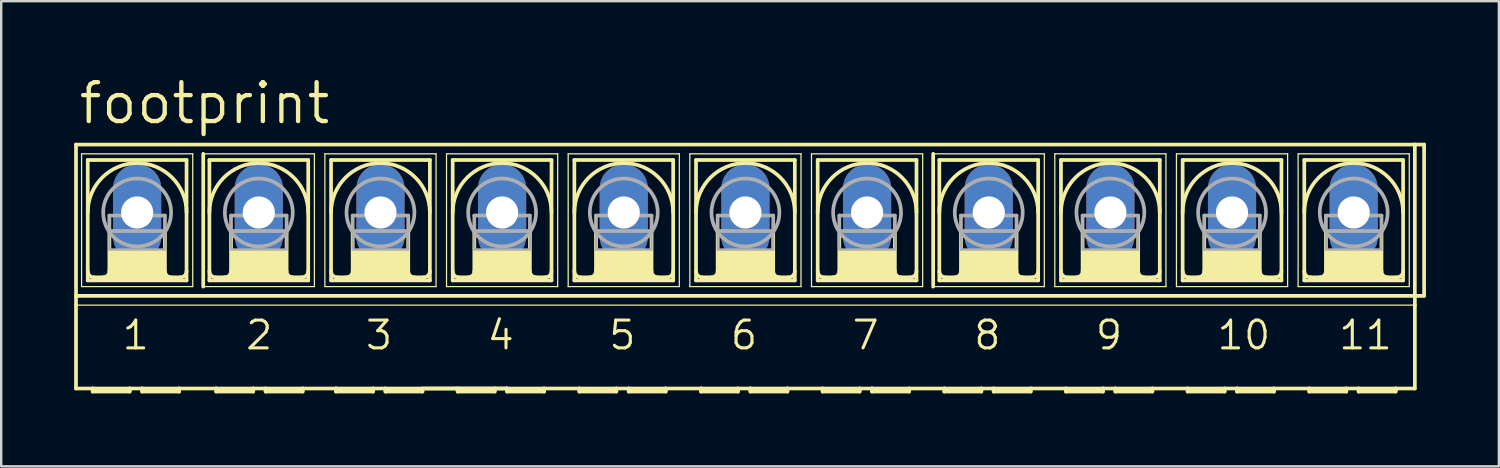
<source format=kicad_pcb>
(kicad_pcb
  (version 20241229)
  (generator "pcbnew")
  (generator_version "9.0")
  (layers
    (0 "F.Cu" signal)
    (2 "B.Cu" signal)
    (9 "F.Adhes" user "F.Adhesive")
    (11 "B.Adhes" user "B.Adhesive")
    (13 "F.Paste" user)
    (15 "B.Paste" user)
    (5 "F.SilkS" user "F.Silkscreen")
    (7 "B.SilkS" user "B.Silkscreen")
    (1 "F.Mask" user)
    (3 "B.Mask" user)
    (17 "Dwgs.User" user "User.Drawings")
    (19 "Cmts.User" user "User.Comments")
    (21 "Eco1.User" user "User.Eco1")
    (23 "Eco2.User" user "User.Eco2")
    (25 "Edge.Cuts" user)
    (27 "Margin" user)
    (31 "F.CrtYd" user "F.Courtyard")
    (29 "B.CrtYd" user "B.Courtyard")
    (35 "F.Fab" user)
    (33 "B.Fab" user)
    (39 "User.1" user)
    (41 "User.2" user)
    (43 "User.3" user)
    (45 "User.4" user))
  (footprint "footprint"
    (layer "F.Cu")
    (at 27.61 5.69)
    (property "Reference" "footprint" (at -27.508 -3.556 0) (layer "F.SilkS") (effects (font (size 1.6 1.6) (thickness 0.178)) (justify left bottom)))
    (fp_line (start -27.534 3.429) (end -27.534 -2.794) (stroke (width 0.152) (type solid)) (layer "F.SilkS"))
    (fp_line (start -27.534 3.429) (end 27.534 3.429) (stroke (width 0.152) (type solid)) (layer "F.SilkS"))
    (fp_line (start -27.534 3.81) (end -27.534 3.429) (stroke (width 0.152) (type solid)) (layer "F.SilkS"))
    (fp_line (start -27.534 7.239) (end -27.534 3.81) (stroke (width 0.152) (type solid)) (layer "F.SilkS"))
    (fp_line (start -27.534 7.239) (end -26.848 7.239) (stroke (width 0.152) (type solid)) (layer "F.SilkS"))
    (fp_line (start -27.305 -2.413) (end -27.305 3.048) (stroke (width 0.051) (type solid)) (layer "F.SilkS"))
    (fp_line (start -27.305 -2.413) (end -22.733 -2.413) (stroke (width 0.051) (type solid)) (layer "F.SilkS"))
    (fp_line (start -27.051 2.794) (end -27.051 -2.159) (stroke (width 0.152) (type solid)) (layer "F.SilkS"))
    (fp_line (start -27.051 2.794) (end -22.987 2.794) (stroke (width 0.152) (type solid)) (layer "F.SilkS"))
    (fp_line (start -26.848 7.239) (end -25.324 7.239) (stroke (width 0.152) (type solid)) (layer "F.SilkS"))
    (fp_line (start -26.848 7.366) (end -26.848 7.239) (stroke (width 0.152) (type solid)) (layer "F.SilkS"))
    (fp_line (start -26.848 7.366) (end -25.324 7.366) (stroke (width 0.152) (type solid)) (layer "F.SilkS"))
    (fp_line (start -26.162 0.762) (end -26.162 2.413) (stroke (width 0.152) (type solid)) (layer "F.SilkS"))
    (fp_line (start -25.324 7.239) (end -25.324 7.366) (stroke (width 0.152) (type solid)) (layer "F.SilkS"))
    (fp_line (start -25.324 7.239) (end -24.816 7.239) (stroke (width 0.152) (type solid)) (layer "F.SilkS"))
    (fp_line (start -24.816 7.239) (end -23.292 7.239) (stroke (width 0.152) (type solid)) (layer "F.SilkS"))
    (fp_line (start -24.816 7.366) (end -24.816 7.239) (stroke (width 0.152) (type solid)) (layer "F.SilkS"))
    (fp_line (start -24.816 7.366) (end -23.292 7.366) (stroke (width 0.152) (type solid)) (layer "F.SilkS"))
    (fp_line (start -23.876 0.762) (end -23.876 2.413) (stroke (width 0.152) (type solid)) (layer "F.SilkS"))
    (fp_line (start -23.292 7.239) (end -21.768 7.239) (stroke (width 0.152) (type solid)) (layer "F.SilkS"))
    (fp_line (start -23.292 7.366) (end -23.292 7.239) (stroke (width 0.152) (type solid)) (layer "F.SilkS"))
    (fp_line (start -23.241 2.667) (end -26.797 2.667) (stroke (width 0.152) (type solid)) (layer "F.SilkS"))
    (fp_line (start -22.987 -2.159) (end -27.051 -2.159) (stroke (width 0.152) (type solid)) (layer "F.SilkS"))
    (fp_line (start -22.987 -2.159) (end -22.987 2.794) (stroke (width 0.152) (type solid)) (layer "F.SilkS"))
    (fp_line (start -22.733 -2.413) (end -22.733 3.048) (stroke (width 0.051) (type solid)) (layer "F.SilkS"))
    (fp_line (start -22.733 3.048) (end -27.305 3.048) (stroke (width 0.051) (type solid)) (layer "F.SilkS"))
    (fp_line (start -22.301 -2.413) (end -22.301 3.048) (stroke (width 0.152) (type solid)) (layer "F.SilkS"))
    (fp_line (start -22.301 -2.413) (end -17.729 -2.413) (stroke (width 0.051) (type solid)) (layer "F.SilkS"))
    (fp_line (start -22.047 -2.159) (end -22.047 2.794) (stroke (width 0.152) (type solid)) (layer "F.SilkS"))
    (fp_line (start -22.047 2.794) (end -17.983 2.794) (stroke (width 0.152) (type solid)) (layer "F.SilkS"))
    (fp_line (start -21.768 7.239) (end -20.244 7.239) (stroke (width 0.152) (type solid)) (layer "F.SilkS"))
    (fp_line (start -21.768 7.366) (end -21.768 7.239) (stroke (width 0.152) (type solid)) (layer "F.SilkS"))
    (fp_line (start -21.768 7.366) (end -20.244 7.366) (stroke (width 0.152) (type solid)) (layer "F.SilkS"))
    (fp_line (start -21.158 0.762) (end -21.158 2.413) (stroke (width 0.152) (type solid)) (layer "F.SilkS"))
    (fp_line (start -20.244 7.239) (end -20.244 7.366) (stroke (width 0.152) (type solid)) (layer "F.SilkS"))
    (fp_line (start -20.244 7.239) (end -19.736 7.239) (stroke (width 0.152) (type solid)) (layer "F.SilkS"))
    (fp_line (start -19.736 7.239) (end -18.212 7.239) (stroke (width 0.152) (type solid)) (layer "F.SilkS"))
    (fp_line (start -19.736 7.366) (end -19.736 7.239) (stroke (width 0.152) (type solid)) (layer "F.SilkS"))
    (fp_line (start -19.736 7.366) (end -18.212 7.366) (stroke (width 0.152) (type solid)) (layer "F.SilkS"))
    (fp_line (start -18.872 0.762) (end -18.872 2.413) (stroke (width 0.152) (type solid)) (layer "F.SilkS"))
    (fp_line (start -18.237 2.667) (end -21.793 2.667) (stroke (width 0.152) (type solid)) (layer "F.SilkS"))
    (fp_line (start -18.212 7.366) (end -18.212 7.239) (stroke (width 0.152) (type solid)) (layer "F.SilkS"))
    (fp_line (start -17.983 -2.159) (end -22.047 -2.159) (stroke (width 0.152) (type solid)) (layer "F.SilkS"))
    (fp_line (start -17.983 2.794) (end -17.983 -2.159) (stroke (width 0.152) (type solid)) (layer "F.SilkS"))
    (fp_line (start -17.729 3.048) (end -22.301 3.048) (stroke (width 0.051) (type solid)) (layer "F.SilkS"))
    (fp_line (start -17.729 3.048) (end -17.729 -2.413) (stroke (width 0.051) (type solid)) (layer "F.SilkS"))
    (fp_line (start -17.297 -2.413) (end -17.297 3.048) (stroke (width 0.051) (type solid)) (layer "F.SilkS"))
    (fp_line (start -17.297 -2.413) (end -12.725 -2.413) (stroke (width 0.051) (type solid)) (layer "F.SilkS"))
    (fp_line (start -17.043 2.794) (end -17.043 -2.159) (stroke (width 0.152) (type solid)) (layer "F.SilkS"))
    (fp_line (start -17.043 2.794) (end -12.979 2.794) (stroke (width 0.152) (type solid)) (layer "F.SilkS"))
    (fp_line (start -16.84 7.239) (end -18.212 7.239) (stroke (width 0.152) (type solid)) (layer "F.SilkS"))
    (fp_line (start -16.84 7.239) (end -16.84 7.366) (stroke (width 0.152) (type solid)) (layer "F.SilkS"))
    (fp_line (start -16.84 7.239) (end -15.316 7.239) (stroke (width 0.152) (type solid)) (layer "F.SilkS"))
    (fp_line (start -16.84 7.366) (end -15.316 7.366) (stroke (width 0.152) (type solid)) (layer "F.SilkS"))
    (fp_line (start -16.154 0.762) (end -16.154 2.413) (stroke (width 0.152) (type solid)) (layer "F.SilkS"))
    (fp_line (start -15.316 7.239) (end -15.316 7.366) (stroke (width 0.152) (type solid)) (layer "F.SilkS"))
    (fp_line (start -15.316 7.239) (end -14.808 7.239) (stroke (width 0.152) (type solid)) (layer "F.SilkS"))
    (fp_line (start -14.808 7.239) (end -14.808 7.366) (stroke (width 0.152) (type solid)) (layer "F.SilkS"))
    (fp_line (start -14.808 7.239) (end -13.284 7.239) (stroke (width 0.152) (type solid)) (layer "F.SilkS"))
    (fp_line (start -14.808 7.366) (end -13.284 7.366) (stroke (width 0.152) (type solid)) (layer "F.SilkS"))
    (fp_line (start -13.868 0.762) (end -13.868 2.413) (stroke (width 0.152) (type solid)) (layer "F.SilkS"))
    (fp_line (start -13.284 7.366) (end -13.284 7.239) (stroke (width 0.152) (type solid)) (layer "F.SilkS"))
    (fp_line (start -13.233 2.667) (end -16.789 2.667) (stroke (width 0.152) (type solid)) (layer "F.SilkS"))
    (fp_line (start -12.979 -2.159) (end -17.043 -2.159) (stroke (width 0.152) (type solid)) (layer "F.SilkS"))
    (fp_line (start -12.979 -2.159) (end -12.979 2.794) (stroke (width 0.152) (type solid)) (layer "F.SilkS"))
    (fp_line (start -12.725 -2.413) (end -12.725 3.048) (stroke (width 0.051) (type solid)) (layer "F.SilkS"))
    (fp_line (start -12.725 3.048) (end -17.297 3.048) (stroke (width 0.051) (type solid)) (layer "F.SilkS"))
    (fp_line (start -12.294 -2.413) (end -12.294 3.048) (stroke (width 0.051) (type solid)) (layer "F.SilkS"))
    (fp_line (start -12.294 -2.413) (end -7.722 -2.413) (stroke (width 0.051) (type solid)) (layer "F.SilkS"))
    (fp_line (start -12.04 2.794) (end -12.04 -2.159) (stroke (width 0.152) (type solid)) (layer "F.SilkS"))
    (fp_line (start -12.04 2.794) (end -7.976 2.794) (stroke (width 0.152) (type solid)) (layer "F.SilkS"))
    (fp_line (start -11.836 7.239) (end -13.183 7.239) (stroke (width 0.152) (type solid)) (layer "F.SilkS"))
    (fp_line (start -11.836 7.239) (end -11.836 7.366) (stroke (width 0.152) (type solid)) (layer "F.SilkS"))
    (fp_line (start -11.836 7.239) (end -10.312 7.239) (stroke (width 0.152) (type solid)) (layer "F.SilkS"))
    (fp_line (start -11.836 7.366) (end -10.312 7.366) (stroke (width 0.152) (type solid)) (layer "F.SilkS"))
    (fp_line (start -11.151 0.762) (end -11.151 2.413) (stroke (width 0.152) (type solid)) (layer "F.SilkS"))
    (fp_line (start -10.312 7.239) (end -10.312 7.366) (stroke (width 0.152) (type solid)) (layer "F.SilkS"))
    (fp_line (start -10.312 7.239) (end -9.804 7.239) (stroke (width 0.152) (type solid)) (layer "F.SilkS"))
    (fp_line (start -9.804 7.239) (end -13.284 7.239) (stroke (width 0.152) (type solid)) (layer "F.SilkS"))
    (fp_line (start -9.804 7.239) (end -9.804 7.366) (stroke (width 0.152) (type solid)) (layer "F.SilkS"))
    (fp_line (start -9.804 7.366) (end -8.28 7.366) (stroke (width 0.152) (type solid)) (layer "F.SilkS"))
    (fp_line (start -8.865 0.762) (end -8.865 2.413) (stroke (width 0.152) (type solid)) (layer "F.SilkS"))
    (fp_line (start -8.28 7.239) (end -9.804 7.239) (stroke (width 0.152) (type solid)) (layer "F.SilkS"))
    (fp_line (start -8.28 7.366) (end -8.28 7.239) (stroke (width 0.152) (type solid)) (layer "F.SilkS"))
    (fp_line (start -8.23 2.667) (end -11.786 2.667) (stroke (width 0.152) (type solid)) (layer "F.SilkS"))
    (fp_line (start -7.976 -2.159) (end -12.04 -2.159) (stroke (width 0.152) (type solid)) (layer "F.SilkS"))
    (fp_line (start -7.976 -2.159) (end -7.976 2.794) (stroke (width 0.152) (type solid)) (layer "F.SilkS"))
    (fp_line (start -7.722 -2.413) (end -7.722 3.048) (stroke (width 0.051) (type solid)) (layer "F.SilkS"))
    (fp_line (start -7.722 3.048) (end -12.294 3.048) (stroke (width 0.051) (type solid)) (layer "F.SilkS"))
    (fp_line (start -7.29 -2.413) (end -7.29 3.048) (stroke (width 0.051) (type solid)) (layer "F.SilkS"))
    (fp_line (start -7.29 -2.413) (end -2.718 -2.413) (stroke (width 0.051) (type solid)) (layer "F.SilkS"))
    (fp_line (start -7.036 2.794) (end -7.036 -2.159) (stroke (width 0.152) (type solid)) (layer "F.SilkS"))
    (fp_line (start -7.036 2.794) (end -2.972 2.794) (stroke (width 0.152) (type solid)) (layer "F.SilkS"))
    (fp_line (start -6.833 7.239) (end -8.28 7.239) (stroke (width 0.152) (type solid)) (layer "F.SilkS"))
    (fp_line (start -6.833 7.366) (end -6.833 7.239) (stroke (width 0.152) (type solid)) (layer "F.SilkS"))
    (fp_line (start -6.833 7.366) (end -5.309 7.366) (stroke (width 0.152) (type solid)) (layer "F.SilkS"))
    (fp_line (start -6.147 0.762) (end -6.147 2.413) (stroke (width 0.152) (type solid)) (layer "F.SilkS"))
    (fp_line (start -5.309 7.239) (end -6.833 7.239) (stroke (width 0.152) (type solid)) (layer "F.SilkS"))
    (fp_line (start -5.309 7.239) (end -5.309 7.366) (stroke (width 0.152) (type solid)) (layer "F.SilkS"))
    (fp_line (start -4.801 7.239) (end -5.309 7.239) (stroke (width 0.152) (type solid)) (layer "F.SilkS"))
    (fp_line (start -4.801 7.366) (end -4.801 7.239) (stroke (width 0.152) (type solid)) (layer "F.SilkS"))
    (fp_line (start -4.801 7.366) (end -3.277 7.366) (stroke (width 0.152) (type solid)) (layer "F.SilkS"))
    (fp_line (start -3.861 0.762) (end -3.861 2.413) (stroke (width 0.152) (type solid)) (layer "F.SilkS"))
    (fp_line (start -3.277 7.239) (end -4.801 7.239) (stroke (width 0.152) (type solid)) (layer "F.SilkS"))
    (fp_line (start -3.277 7.366) (end -3.277 7.239) (stroke (width 0.152) (type solid)) (layer "F.SilkS"))
    (fp_line (start -3.226 2.667) (end -6.782 2.667) (stroke (width 0.152) (type solid)) (layer "F.SilkS"))
    (fp_line (start -2.972 -2.159) (end -7.036 -2.159) (stroke (width 0.152) (type solid)) (layer "F.SilkS"))
    (fp_line (start -2.972 -2.159) (end -2.972 2.794) (stroke (width 0.152) (type solid)) (layer "F.SilkS"))
    (fp_line (start -2.718 -2.413) (end -2.718 3.048) (stroke (width 0.051) (type solid)) (layer "F.SilkS"))
    (fp_line (start -2.718 3.048) (end -7.29 3.048) (stroke (width 0.051) (type solid)) (layer "F.SilkS"))
    (fp_line (start -2.286 -2.413) (end -2.286 3.048) (stroke (width 0.051) (type solid)) (layer "F.SilkS"))
    (fp_line (start -2.286 -2.413) (end 2.286 -2.413) (stroke (width 0.051) (type solid)) (layer "F.SilkS"))
    (fp_line (start -2.032 2.794) (end -2.032 -2.159) (stroke (width 0.152) (type solid)) (layer "F.SilkS"))
    (fp_line (start -2.032 2.794) (end 2.032 2.794) (stroke (width 0.152) (type solid)) (layer "F.SilkS"))
    (fp_line (start -1.829 7.239) (end -3.277 7.239) (stroke (width 0.152) (type solid)) (layer "F.SilkS"))
    (fp_line (start -1.829 7.366) (end -1.829 7.239) (stroke (width 0.152) (type solid)) (layer "F.SilkS"))
    (fp_line (start -1.829 7.366) (end -0.305 7.366) (stroke (width 0.152) (type solid)) (layer "F.SilkS"))
    (fp_line (start -1.143 0.762) (end -1.143 2.413) (stroke (width 0.152) (type solid)) (layer "F.SilkS"))
    (fp_line (start -0.305 7.239) (end -1.829 7.239) (stroke (width 0.152) (type solid)) (layer "F.SilkS"))
    (fp_line (start -0.305 7.239) (end -0.305 7.366) (stroke (width 0.152) (type solid)) (layer "F.SilkS"))
    (fp_line (start 0.203 7.239) (end -0.305 7.239) (stroke (width 0.152) (type solid)) (layer "F.SilkS"))
    (fp_line (start 0.203 7.239) (end 1.727 7.239) (stroke (width 0.152) (type solid)) (layer "F.SilkS"))
    (fp_line (start 0.203 7.366) (end 0.203 7.239) (stroke (width 0.152) (type solid)) (layer "F.SilkS"))
    (fp_line (start 0.203 7.366) (end 1.727 7.366) (stroke (width 0.152) (type solid)) (layer "F.SilkS"))
    (fp_line (start 1.143 0.762) (end 1.143 2.413) (stroke (width 0.152) (type solid)) (layer "F.SilkS"))
    (fp_line (start 1.727 7.239) (end 3.175 7.239) (stroke (width 0.152) (type solid)) (layer "F.SilkS"))
    (fp_line (start 1.727 7.366) (end 1.727 7.239) (stroke (width 0.152) (type solid)) (layer "F.SilkS"))
    (fp_line (start 1.778 2.667) (end -1.778 2.667) (stroke (width 0.152) (type solid)) (layer "F.SilkS"))
    (fp_line (start 2.032 -2.159) (end -2.032 -2.159) (stroke (width 0.152) (type solid)) (layer "F.SilkS"))
    (fp_line (start 2.032 -2.159) (end 2.032 2.794) (stroke (width 0.152) (type solid)) (layer "F.SilkS"))
    (fp_line (start 2.286 -2.413) (end 2.286 3.048) (stroke (width 0.051) (type solid)) (layer "F.SilkS"))
    (fp_line (start 2.286 3.048) (end -2.286 3.048) (stroke (width 0.051) (type solid)) (layer "F.SilkS"))
    (fp_line (start 2.718 -2.413) (end 2.718 3.048) (stroke (width 0.051) (type solid)) (layer "F.SilkS"))
    (fp_line (start 2.718 -2.413) (end 7.29 -2.413) (stroke (width 0.051) (type solid)) (layer "F.SilkS"))
    (fp_line (start 2.972 2.794) (end 2.972 -2.159) (stroke (width 0.152) (type solid)) (layer "F.SilkS"))
    (fp_line (start 2.972 2.794) (end 7.036 2.794) (stroke (width 0.152) (type solid)) (layer "F.SilkS"))
    (fp_line (start 3.175 7.366) (end 3.175 7.239) (stroke (width 0.152) (type solid)) (layer "F.SilkS"))
    (fp_line (start 3.175 7.366) (end 4.699 7.366) (stroke (width 0.152) (type solid)) (layer "F.SilkS"))
    (fp_line (start 3.861 0.762) (end 3.861 2.413) (stroke (width 0.152) (type solid)) (layer "F.SilkS"))
    (fp_line (start 4.699 7.239) (end 3.175 7.239) (stroke (width 0.152) (type solid)) (layer "F.SilkS"))
    (fp_line (start 4.699 7.239) (end 4.699 7.366) (stroke (width 0.152) (type solid)) (layer "F.SilkS"))
    (fp_line (start 5.207 7.239) (end 4.699 7.239) (stroke (width 0.152) (type solid)) (layer "F.SilkS"))
    (fp_line (start 5.207 7.239) (end 6.731 7.239) (stroke (width 0.152) (type solid)) (layer "F.SilkS"))
    (fp_line (start 5.207 7.366) (end 5.207 7.239) (stroke (width 0.152) (type solid)) (layer "F.SilkS"))
    (fp_line (start 5.207 7.366) (end 6.731 7.366) (stroke (width 0.152) (type solid)) (layer "F.SilkS"))
    (fp_line (start 6.147 0.762) (end 6.147 2.413) (stroke (width 0.152) (type solid)) (layer "F.SilkS"))
    (fp_line (start 6.731 7.366) (end 6.731 7.239) (stroke (width 0.152) (type solid)) (layer "F.SilkS"))
    (fp_line (start 6.782 2.667) (end 3.226 2.667) (stroke (width 0.152) (type solid)) (layer "F.SilkS"))
    (fp_line (start 7.036 -2.159) (end 2.972 -2.159) (stroke (width 0.152) (type solid)) (layer "F.SilkS"))
    (fp_line (start 7.036 -2.159) (end 7.036 2.794) (stroke (width 0.152) (type solid)) (layer "F.SilkS"))
    (fp_line (start 7.29 -2.413) (end 7.29 3.048) (stroke (width 0.051) (type solid)) (layer "F.SilkS"))
    (fp_line (start 7.29 3.048) (end 2.718 3.048) (stroke (width 0.051) (type solid)) (layer "F.SilkS"))
    (fp_line (start 7.722 -2.413) (end 7.722 3.048) (stroke (width 0.152) (type solid)) (layer "F.SilkS"))
    (fp_line (start 7.722 -2.413) (end 12.294 -2.413) (stroke (width 0.051) (type solid)) (layer "F.SilkS"))
    (fp_line (start 7.976 2.794) (end 7.976 -2.159) (stroke (width 0.152) (type solid)) (layer "F.SilkS"))
    (fp_line (start 7.976 2.794) (end 12.04 2.794) (stroke (width 0.152) (type solid)) (layer "F.SilkS"))
    (fp_line (start 8.179 7.239) (end 6.731 7.239) (stroke (width 0.152) (type solid)) (layer "F.SilkS"))
    (fp_line (start 8.179 7.239) (end 9.703 7.239) (stroke (width 0.152) (type solid)) (layer "F.SilkS"))
    (fp_line (start 8.179 7.366) (end 8.179 7.239) (stroke (width 0.152) (type solid)) (layer "F.SilkS"))
    (fp_line (start 8.179 7.366) (end 9.703 7.366) (stroke (width 0.152) (type solid)) (layer "F.SilkS"))
    (fp_line (start 8.865 0.762) (end 8.865 2.413) (stroke (width 0.152) (type solid)) (layer "F.SilkS"))
    (fp_line (start 9.703 7.239) (end 9.703 7.366) (stroke (width 0.152) (type solid)) (layer "F.SilkS"))
    (fp_line (start 9.703 7.239) (end 10.211 7.239) (stroke (width 0.152) (type solid)) (layer "F.SilkS"))
    (fp_line (start 10.211 7.239) (end 11.735 7.239) (stroke (width 0.152) (type solid)) (layer "F.SilkS"))
    (fp_line (start 10.211 7.366) (end 10.211 7.239) (stroke (width 0.152) (type solid)) (layer "F.SilkS"))
    (fp_line (start 10.211 7.366) (end 11.735 7.366) (stroke (width 0.152) (type solid)) (layer "F.SilkS"))
    (fp_line (start 11.151 0.762) (end 11.151 2.413) (stroke (width 0.152) (type solid)) (layer "F.SilkS"))
    (fp_line (start 11.735 7.366) (end 11.735 7.239) (stroke (width 0.152) (type solid)) (layer "F.SilkS"))
    (fp_line (start 11.786 2.667) (end 8.23 2.667) (stroke (width 0.152) (type solid)) (layer "F.SilkS"))
    (fp_line (start 12.04 -2.159) (end 7.976 -2.159) (stroke (width 0.152) (type solid)) (layer "F.SilkS"))
    (fp_line (start 12.04 -2.159) (end 12.04 2.794) (stroke (width 0.152) (type solid)) (layer "F.SilkS"))
    (fp_line (start 12.294 -2.413) (end 12.294 3.048) (stroke (width 0.051) (type solid)) (layer "F.SilkS"))
    (fp_line (start 12.294 3.048) (end 7.722 3.048) (stroke (width 0.051) (type solid)) (layer "F.SilkS"))
    (fp_line (start 12.725 -2.413) (end 12.725 3.048) (stroke (width 0.051) (type solid)) (layer "F.SilkS"))
    (fp_line (start 12.725 -2.413) (end 17.297 -2.413) (stroke (width 0.051) (type solid)) (layer "F.SilkS"))
    (fp_line (start 12.979 2.794) (end 12.979 -2.159) (stroke (width 0.152) (type solid)) (layer "F.SilkS"))
    (fp_line (start 12.979 2.794) (end 17.043 2.794) (stroke (width 0.152) (type solid)) (layer "F.SilkS"))
    (fp_line (start 13.183 7.239) (end 11.735 7.239) (stroke (width 0.152) (type solid)) (layer "F.SilkS"))
    (fp_line (start 13.183 7.239) (end 14.707 7.239) (stroke (width 0.152) (type solid)) (layer "F.SilkS"))
    (fp_line (start 13.183 7.366) (end 13.183 7.239) (stroke (width 0.152) (type solid)) (layer "F.SilkS"))
    (fp_line (start 13.183 7.366) (end 14.707 7.366) (stroke (width 0.152) (type solid)) (layer "F.SilkS"))
    (fp_line (start 13.868 0.762) (end 13.868 2.413) (stroke (width 0.152) (type solid)) (layer "F.SilkS"))
    (fp_line (start 14.707 7.239) (end 14.707 7.366) (stroke (width 0.152) (type solid)) (layer "F.SilkS"))
    (fp_line (start 15.215 7.239) (end 14.707 7.239) (stroke (width 0.152) (type solid)) (layer "F.SilkS"))
    (fp_line (start 15.215 7.366) (end 15.215 7.239) (stroke (width 0.152) (type solid)) (layer "F.SilkS"))
    (fp_line (start 15.215 7.366) (end 16.739 7.366) (stroke (width 0.152) (type solid)) (layer "F.SilkS"))
    (fp_line (start 16.154 0.762) (end 16.154 2.413) (stroke (width 0.152) (type solid)) (layer "F.SilkS"))
    (fp_line (start 16.739 7.239) (end 15.215 7.239) (stroke (width 0.152) (type solid)) (layer "F.SilkS"))
    (fp_line (start 16.739 7.366) (end 16.739 7.239) (stroke (width 0.152) (type solid)) (layer "F.SilkS"))
    (fp_line (start 16.789 2.667) (end 13.233 2.667) (stroke (width 0.152) (type solid)) (layer "F.SilkS"))
    (fp_line (start 17.043 -2.159) (end 12.979 -2.159) (stroke (width 0.152) (type solid)) (layer "F.SilkS"))
    (fp_line (start 17.043 -2.159) (end 17.043 2.794) (stroke (width 0.152) (type solid)) (layer "F.SilkS"))
    (fp_line (start 17.297 -2.413) (end 17.297 3.048) (stroke (width 0.051) (type solid)) (layer "F.SilkS"))
    (fp_line (start 17.297 3.048) (end 12.725 3.048) (stroke (width 0.051) (type solid)) (layer "F.SilkS"))
    (fp_line (start 17.729 -2.413) (end 17.729 3.048) (stroke (width 0.051) (type solid)) (layer "F.SilkS"))
    (fp_line (start 17.729 -2.413) (end 22.301 -2.413) (stroke (width 0.051) (type solid)) (layer "F.SilkS"))
    (fp_line (start 17.983 2.794) (end 17.983 -2.159) (stroke (width 0.152) (type solid)) (layer "F.SilkS"))
    (fp_line (start 17.983 2.794) (end 22.047 2.794) (stroke (width 0.152) (type solid)) (layer "F.SilkS"))
    (fp_line (start 18.186 7.239) (end 16.739 7.239) (stroke (width 0.152) (type solid)) (layer "F.SilkS"))
    (fp_line (start 18.186 7.366) (end 18.186 7.239) (stroke (width 0.152) (type solid)) (layer "F.SilkS"))
    (fp_line (start 18.186 7.366) (end 19.71 7.366) (stroke (width 0.152) (type solid)) (layer "F.SilkS"))
    (fp_line (start 18.872 0.762) (end 18.872 2.413) (stroke (width 0.152) (type solid)) (layer "F.SilkS"))
    (fp_line (start 19.71 7.239) (end 18.186 7.239) (stroke (width 0.152) (type solid)) (layer "F.SilkS"))
    (fp_line (start 19.71 7.239) (end 19.71 7.366) (stroke (width 0.152) (type solid)) (layer "F.SilkS"))
    (fp_line (start 19.71 7.239) (end 20.218 7.239) (stroke (width 0.152) (type solid)) (layer "F.SilkS"))
    (fp_line (start 20.218 7.239) (end 21.742 7.239) (stroke (width 0.152) (type solid)) (layer "F.SilkS"))
    (fp_line (start 20.218 7.366) (end 20.218 7.239) (stroke (width 0.152) (type solid)) (layer "F.SilkS"))
    (fp_line (start 20.218 7.366) (end 21.742 7.366) (stroke (width 0.152) (type solid)) (layer "F.SilkS"))
    (fp_line (start 21.158 0.762) (end 21.158 2.413) (stroke (width 0.152) (type solid)) (layer "F.SilkS"))
    (fp_line (start 21.742 7.239) (end 23.19 7.239) (stroke (width 0.152) (type solid)) (layer "F.SilkS"))
    (fp_line (start 21.742 7.366) (end 21.742 7.239) (stroke (width 0.152) (type solid)) (layer "F.SilkS"))
    (fp_line (start 21.793 2.667) (end 18.237 2.667) (stroke (width 0.152) (type solid)) (layer "F.SilkS"))
    (fp_line (start 22.047 -2.159) (end 17.983 -2.159) (stroke (width 0.152) (type solid)) (layer "F.SilkS"))
    (fp_line (start 22.047 -2.159) (end 22.047 2.794) (stroke (width 0.152) (type solid)) (layer "F.SilkS"))
    (fp_line (start 22.301 -2.413) (end 22.301 3.048) (stroke (width 0.051) (type solid)) (layer "F.SilkS"))
    (fp_line (start 22.301 3.048) (end 17.729 3.048) (stroke (width 0.051) (type solid)) (layer "F.SilkS"))
    (fp_line (start 22.733 -2.413) (end 22.733 3.048) (stroke (width 0.051) (type solid)) (layer "F.SilkS"))
    (fp_line (start 22.733 -2.413) (end 27.305 -2.413) (stroke (width 0.051) (type solid)) (layer "F.SilkS"))
    (fp_line (start 22.987 2.794) (end 22.987 -2.159) (stroke (width 0.152) (type solid)) (layer "F.SilkS"))
    (fp_line (start 22.987 2.794) (end 27.051 2.794) (stroke (width 0.152) (type solid)) (layer "F.SilkS"))
    (fp_line (start 23.19 7.239) (end 24.714 7.239) (stroke (width 0.152) (type solid)) (layer "F.SilkS"))
    (fp_line (start 23.19 7.366) (end 23.19 7.239) (stroke (width 0.152) (type solid)) (layer "F.SilkS"))
    (fp_line (start 23.19 7.366) (end 24.714 7.366) (stroke (width 0.152) (type solid)) (layer "F.SilkS"))
    (fp_line (start 23.876 0.762) (end 23.876 2.413) (stroke (width 0.152) (type solid)) (layer "F.SilkS"))
    (fp_line (start 24.714 7.239) (end 24.714 7.366) (stroke (width 0.152) (type solid)) (layer "F.SilkS"))
    (fp_line (start 24.714 7.239) (end 25.222 7.239) (stroke (width 0.152) (type solid)) (layer "F.SilkS"))
    (fp_line (start 25.222 7.366) (end 25.222 7.239) (stroke (width 0.152) (type solid)) (layer "F.SilkS"))
    (fp_line (start 25.222 7.366) (end 26.746 7.366) (stroke (width 0.152) (type solid)) (layer "F.SilkS"))
    (fp_line (start 26.162 0.762) (end 26.162 2.413) (stroke (width 0.152) (type solid)) (layer "F.SilkS"))
    (fp_line (start 26.746 7.239) (end 25.222 7.239) (stroke (width 0.152) (type solid)) (layer "F.SilkS"))
    (fp_line (start 26.746 7.366) (end 26.746 7.239) (stroke (width 0.152) (type solid)) (layer "F.SilkS"))
    (fp_line (start 26.797 2.667) (end 23.241 2.667) (stroke (width 0.152) (type solid)) (layer "F.SilkS"))
    (fp_line (start 27.051 -2.159) (end 22.987 -2.159) (stroke (width 0.152) (type solid)) (layer "F.SilkS"))
    (fp_line (start 27.051 -2.159) (end 27.051 2.794) (stroke (width 0.152) (type solid)) (layer "F.SilkS"))
    (fp_line (start 27.305 -2.413) (end 27.305 3.048) (stroke (width 0.051) (type solid)) (layer "F.SilkS"))
    (fp_line (start 27.305 3.048) (end 22.733 3.048) (stroke (width 0.051) (type solid)) (layer "F.SilkS"))
    (fp_line (start 27.534 -2.794) (end -27.534 -2.794) (stroke (width 0.152) (type solid)) (layer "F.SilkS"))
    (fp_line (start 27.534 -2.794) (end 27.534 3.429) (stroke (width 0.152) (type solid)) (layer "F.SilkS"))
    (fp_line (start 27.534 3.429) (end 27.534 3.81) (stroke (width 0.152) (type solid)) (layer "F.SilkS"))
    (fp_line (start 27.534 3.81) (end -27.534 3.81) (stroke (width 0.051) (type solid)) (layer "F.SilkS"))
    (fp_line (start 27.534 3.81) (end 27.534 7.239) (stroke (width 0.152) (type solid)) (layer "F.SilkS"))
    (fp_line (start 27.534 7.239) (end 26.746 7.239) (stroke (width 0.152) (type solid)) (layer "F.SilkS"))
    (fp_line (start 27.915 -2.794) (end 27.534 -2.794) (stroke (width 0.152) (type solid)) (layer "F.SilkS"))
    (fp_line (start 27.915 -2.794) (end 27.915 3.429) (stroke (width 0.152) (type solid)) (layer "F.SilkS"))
    (fp_line (start 27.915 3.429) (end 27.534 3.429) (stroke (width 0.152) (type solid)) (layer "F.SilkS"))
    (fp_arc (start -27.051 0) (mid -25.019 -2.032) (end -22.987 0) (stroke (width 0.1524) (type solid)) (layer "F.SilkS"))
    (fp_arc (start -26.797 2.667) (mid -26.976605 2.592605) (end -27.051 2.413) (stroke (width 0.1524) (type solid)) (layer "F.SilkS"))
    (fp_arc (start -26.162 2.413) (mid -26.236395 2.592605) (end -26.416 2.667) (stroke (width 0.1524) (type solid)) (layer "F.SilkS"))
    (fp_arc (start -23.622 2.667) (mid -23.801605 2.592605) (end -23.876 2.413) (stroke (width 0.1524) (type solid)) (layer "F.SilkS"))
    (fp_arc (start -22.987 2.413) (mid -23.061395 2.592605) (end -23.241 2.667) (stroke (width 0.1524) (type solid)) (layer "F.SilkS"))
    (fp_arc (start -22.0472 0) (mid -20.0152 -2.032) (end -17.9832 0) (stroke (width 0.1524) (type solid)) (layer "F.SilkS"))
    (fp_arc (start -21.7932 2.667) (mid -21.972805 2.592605) (end -22.0472 2.413) (stroke (width 0.1524) (type solid)) (layer "F.SilkS"))
    (fp_arc (start -21.1582 2.413) (mid -21.232595 2.592605) (end -21.4122 2.667) (stroke (width 0.1524) (type solid)) (layer "F.SilkS"))
    (fp_arc (start -18.6182 2.667) (mid -18.797805 2.592605) (end -18.8722 2.413) (stroke (width 0.1524) (type solid)) (layer "F.SilkS"))
    (fp_arc (start -17.9832 2.413) (mid -18.057595 2.592605) (end -18.2372 2.667) (stroke (width 0.1524) (type solid)) (layer "F.SilkS"))
    (fp_arc (start -17.0434 0) (mid -15.0114 -2.032) (end -12.9794 0) (stroke (width 0.1524) (type solid)) (layer "F.SilkS"))
    (fp_arc (start -16.7894 2.667) (mid -16.969005 2.592605) (end -17.0434 2.413) (stroke (width 0.1524) (type solid)) (layer "F.SilkS"))
    (fp_arc (start -16.1544 2.413) (mid -16.228795 2.592605) (end -16.4084 2.667) (stroke (width 0.1524) (type solid)) (layer "F.SilkS"))
    (fp_arc (start -13.6144 2.667) (mid -13.794005 2.592605) (end -13.8684 2.413) (stroke (width 0.1524) (type solid)) (layer "F.SilkS"))
    (fp_arc (start -12.9794 2.413) (mid -13.053795 2.592605) (end -13.2334 2.667) (stroke (width 0.1524) (type solid)) (layer "F.SilkS"))
    (fp_arc (start -12.0396 0) (mid -10.0076 -2.032) (end -7.9756 0) (stroke (width 0.1524) (type solid)) (layer "F.SilkS"))
    (fp_arc (start -11.7856 2.667) (mid -11.965205 2.592605) (end -12.0396 2.413) (stroke (width 0.1524) (type solid)) (layer "F.SilkS"))
    (fp_arc (start -11.1506 2.413) (mid -11.224995 2.592605) (end -11.4046 2.667) (stroke (width 0.1524) (type solid)) (layer "F.SilkS"))
    (fp_arc (start -8.6106 2.667) (mid -8.790205 2.592605) (end -8.8646 2.413) (stroke (width 0.1524) (type solid)) (layer "F.SilkS"))
    (fp_arc (start -7.9756 2.413) (mid -8.049995 2.592605) (end -8.2296 2.667) (stroke (width 0.1524) (type solid)) (layer "F.SilkS"))
    (fp_arc (start -7.0358 0) (mid -5.0038 -2.032) (end -2.9718 0) (stroke (width 0.1524) (type solid)) (layer "F.SilkS"))
    (fp_arc (start -6.7818 2.667) (mid -6.961405 2.592605) (end -7.0358 2.413) (stroke (width 0.1524) (type solid)) (layer "F.SilkS"))
    (fp_arc (start -6.1468 2.413) (mid -6.221195 2.592605) (end -6.4008 2.667) (stroke (width 0.1524) (type solid)) (layer "F.SilkS"))
    (fp_arc (start -3.6068 2.667) (mid -3.786405 2.592605) (end -3.8608 2.413) (stroke (width 0.1524) (type solid)) (layer "F.SilkS"))
    (fp_arc (start -2.9718 2.413) (mid -3.046195 2.592605) (end -3.2258 2.667) (stroke (width 0.1524) (type solid)) (layer "F.SilkS"))
    (fp_arc (start -2.032 0) (mid 0 -2.032) (end 2.032 0) (stroke (width 0.1524) (type solid)) (layer "F.SilkS"))
    (fp_arc (start -1.778 2.667) (mid -1.957605 2.592605) (end -2.032 2.413) (stroke (width 0.1524) (type solid)) (layer "F.SilkS"))
    (fp_arc (start -1.143 2.413) (mid -1.217395 2.592605) (end -1.397 2.667) (stroke (width 0.1524) (type solid)) (layer "F.SilkS"))
    (fp_arc (start 1.397 2.667) (mid 1.217395 2.592605) (end 1.143 2.413) (stroke (width 0.1524) (type solid)) (layer "F.SilkS"))
    (fp_arc (start 2.032 2.413) (mid 1.957605 2.592605) (end 1.778 2.667) (stroke (width 0.1524) (type solid)) (layer "F.SilkS"))
    (fp_arc (start 2.9718 0) (mid 5.0038 -2.032) (end 7.0358 0) (stroke (width 0.1524) (type solid)) (layer "F.SilkS"))
    (fp_arc (start 3.2258 2.667) (mid 3.046195 2.592605) (end 2.9718 2.413) (stroke (width 0.1524) (type solid)) (layer "F.SilkS"))
    (fp_arc (start 3.8608 2.413) (mid 3.786405 2.592605) (end 3.6068 2.667) (stroke (width 0.1524) (type solid)) (layer "F.SilkS"))
    (fp_arc (start 6.4008 2.667) (mid 6.221195 2.592605) (end 6.1468 2.413) (stroke (width 0.1524) (type solid)) (layer "F.SilkS"))
    (fp_arc (start 7.0358 2.413) (mid 6.961405 2.592605) (end 6.7818 2.667) (stroke (width 0.1524) (type solid)) (layer "F.SilkS"))
    (fp_arc (start 7.9756 0) (mid 10.0076 -2.032) (end 12.0396 0) (stroke (width 0.1524) (type solid)) (layer "F.SilkS"))
    (fp_arc (start 8.2296 2.667) (mid 8.049995 2.592605) (end 7.9756 2.413) (stroke (width 0.1524) (type solid)) (layer "F.SilkS"))
    (fp_arc (start 8.8646 2.413) (mid 8.790205 2.592605) (end 8.6106 2.667) (stroke (width 0.1524) (type solid)) (layer "F.SilkS"))
    (fp_arc (start 11.4046 2.667) (mid 11.224995 2.592605) (end 11.1506 2.413) (stroke (width 0.1524) (type solid)) (layer "F.SilkS"))
    (fp_arc (start 12.0396 2.413) (mid 11.965205 2.592605) (end 11.7856 2.667) (stroke (width 0.1524) (type solid)) (layer "F.SilkS"))
    (fp_arc (start 12.9794 0) (mid 15.0114 -2.032) (end 17.0434 0) (stroke (width 0.1524) (type solid)) (layer "F.SilkS"))
    (fp_arc (start 13.2334 2.667) (mid 13.053795 2.592605) (end 12.9794 2.413) (stroke (width 0.1524) (type solid)) (layer "F.SilkS"))
    (fp_arc (start 13.8684 2.413) (mid 13.794005 2.592605) (end 13.6144 2.667) (stroke (width 0.1524) (type solid)) (layer "F.SilkS"))
    (fp_arc (start 16.4084 2.667) (mid 16.228795 2.592605) (end 16.1544 2.413) (stroke (width 0.1524) (type solid)) (layer "F.SilkS"))
    (fp_arc (start 17.0434 2.413) (mid 16.969005 2.592605) (end 16.7894 2.667) (stroke (width 0.1524) (type solid)) (layer "F.SilkS"))
    (fp_arc (start 17.9832 0) (mid 20.0152 -2.032) (end 22.0472 0) (stroke (width 0.1524) (type solid)) (layer "F.SilkS"))
    (fp_arc (start 18.2372 2.667) (mid 18.057595 2.592605) (end 17.9832 2.413) (stroke (width 0.1524) (type solid)) (layer "F.SilkS"))
    (fp_arc (start 18.8722 2.413) (mid 18.797805 2.592605) (end 18.6182 2.667) (stroke (width 0.1524) (type solid)) (layer "F.SilkS"))
    (fp_arc (start 21.4122 2.667) (mid 21.232595 2.592605) (end 21.1582 2.413) (stroke (width 0.1524) (type solid)) (layer "F.SilkS"))
    (fp_arc (start 22.0472 2.413) (mid 21.972805 2.592605) (end 21.7932 2.667) (stroke (width 0.1524) (type solid)) (layer "F.SilkS"))
    (fp_arc (start 22.987 0) (mid 25.019 -2.032) (end 27.051 0) (stroke (width 0.1524) (type solid)) (layer "F.SilkS"))
    (fp_arc (start 23.241 2.667) (mid 23.061395 2.592605) (end 22.987 2.413) (stroke (width 0.1524) (type solid)) (layer "F.SilkS"))
    (fp_arc (start 23.876 2.413) (mid 23.801605 2.592605) (end 23.622 2.667) (stroke (width 0.1524) (type solid)) (layer "F.SilkS"))
    (fp_arc (start 26.416 2.667) (mid 26.236395 2.592605) (end 26.162 2.413) (stroke (width 0.1524) (type solid)) (layer "F.SilkS"))
    (fp_arc (start 27.051 2.413) (mid 26.976605 2.592605) (end 26.797 2.667) (stroke (width 0.1524) (type solid)) (layer "F.SilkS"))
    (fp_poly (pts (xy -26.162 2.667) (xy -23.876 2.667) (xy -23.876 1.524) (xy -26.162 1.524)) (stroke (width 0) (type solid)) (fill yes) (layer "F.SilkS"))
    (fp_poly (pts (xy -21.158 2.667) (xy -18.872 2.667) (xy -18.872 1.524) (xy -21.158 1.524)) (stroke (width 0) (type solid)) (fill yes) (layer "F.SilkS"))
    (fp_poly (pts (xy -16.154 2.667) (xy -13.868 2.667) (xy -13.868 1.524) (xy -16.154 1.524)) (stroke (width 0) (type solid)) (fill yes) (layer "F.SilkS"))
    (fp_poly (pts (xy -11.151 2.667) (xy -8.865 2.667) (xy -8.865 1.524) (xy -11.151 1.524)) (stroke (width 0) (type solid)) (fill yes) (layer "F.SilkS"))
    (fp_poly (pts (xy -6.147 2.667) (xy -3.861 2.667) (xy -3.861 1.524) (xy -6.147 1.524)) (stroke (width 0) (type solid)) (fill yes) (layer "F.SilkS"))
    (fp_poly (pts (xy -1.143 2.667) (xy 1.143 2.667) (xy 1.143 1.524) (xy -1.143 1.524)) (stroke (width 0) (type solid)) (fill yes) (layer "F.SilkS"))
    (fp_poly (pts (xy 3.861 2.667) (xy 6.147 2.667) (xy 6.147 1.524) (xy 3.861 1.524)) (stroke (width 0) (type solid)) (fill yes) (layer "F.SilkS"))
    (fp_poly (pts (xy 8.865 2.667) (xy 11.151 2.667) (xy 11.151 1.524) (xy 8.865 1.524)) (stroke (width 0) (type solid)) (fill yes) (layer "F.SilkS"))
    (fp_poly (pts (xy 13.868 2.667) (xy 16.154 2.667) (xy 16.154 1.524) (xy 13.868 1.524)) (stroke (width 0) (type solid)) (fill yes) (layer "F.SilkS"))
    (fp_poly (pts (xy 18.872 2.667) (xy 21.158 2.667) (xy 21.158 1.524) (xy 18.872 1.524)) (stroke (width 0) (type solid)) (fill yes) (layer "F.SilkS"))
    (fp_poly (pts (xy 23.876 2.667) (xy 26.162 2.667) (xy 26.162 1.524) (xy 23.876 1.524)) (stroke (width 0) (type solid)) (fill yes) (layer "F.SilkS"))
    (fp_line (start -26.162 0.127) (end -26.162 0.762) (stroke (width 0.152) (type solid)) (layer "F.Fab"))
    (fp_line (start -26.162 0.127) (end -23.876 0.127) (stroke (width 0.152) (type solid)) (layer "F.Fab"))
    (fp_line (start -26.162 0.762) (end -23.876 0.762) (stroke (width 0.152) (type solid)) (layer "F.Fab"))
    (fp_line (start -23.876 0.127) (end -23.876 0.762) (stroke (width 0.152) (type solid)) (layer "F.Fab"))
    (fp_line (start -21.158 0.127) (end -21.158 0.762) (stroke (width 0.152) (type solid)) (layer "F.Fab"))
    (fp_line (start -21.158 0.127) (end -18.872 0.127) (stroke (width 0.152) (type solid)) (layer "F.Fab"))
    (fp_line (start -21.158 0.762) (end -18.872 0.762) (stroke (width 0.152) (type solid)) (layer "F.Fab"))
    (fp_line (start -18.872 0.127) (end -18.872 0.762) (stroke (width 0.152) (type solid)) (layer "F.Fab"))
    (fp_line (start -16.154 0.127) (end -16.154 0.762) (stroke (width 0.152) (type solid)) (layer "F.Fab"))
    (fp_line (start -16.154 0.127) (end -13.868 0.127) (stroke (width 0.152) (type solid)) (layer "F.Fab"))
    (fp_line (start -16.154 0.762) (end -13.868 0.762) (stroke (width 0.152) (type solid)) (layer "F.Fab"))
    (fp_line (start -13.868 0.127) (end -13.868 0.762) (stroke (width 0.152) (type solid)) (layer "F.Fab"))
    (fp_line (start -11.151 0.127) (end -11.151 0.762) (stroke (width 0.152) (type solid)) (layer "F.Fab"))
    (fp_line (start -11.151 0.127) (end -8.865 0.127) (stroke (width 0.152) (type solid)) (layer "F.Fab"))
    (fp_line (start -11.151 0.762) (end -8.865 0.762) (stroke (width 0.152) (type solid)) (layer "F.Fab"))
    (fp_line (start -8.865 0.127) (end -8.865 0.762) (stroke (width 0.152) (type solid)) (layer "F.Fab"))
    (fp_line (start -6.147 0.127) (end -6.147 0.762) (stroke (width 0.152) (type solid)) (layer "F.Fab"))
    (fp_line (start -6.147 0.127) (end -3.861 0.127) (stroke (width 0.152) (type solid)) (layer "F.Fab"))
    (fp_line (start -6.147 0.762) (end -3.861 0.762) (stroke (width 0.152) (type solid)) (layer "F.Fab"))
    (fp_line (start -3.861 0.127) (end -3.861 0.762) (stroke (width 0.152) (type solid)) (layer "F.Fab"))
    (fp_line (start -1.143 0.127) (end -1.143 0.762) (stroke (width 0.152) (type solid)) (layer "F.Fab"))
    (fp_line (start -1.143 0.127) (end 1.143 0.127) (stroke (width 0.152) (type solid)) (layer "F.Fab"))
    (fp_line (start -1.143 0.762) (end 1.143 0.762) (stroke (width 0.152) (type solid)) (layer "F.Fab"))
    (fp_line (start 1.143 0.127) (end 1.143 0.762) (stroke (width 0.152) (type solid)) (layer "F.Fab"))
    (fp_line (start 3.861 0.127) (end 3.861 0.762) (stroke (width 0.152) (type solid)) (layer "F.Fab"))
    (fp_line (start 3.861 0.127) (end 6.147 0.127) (stroke (width 0.152) (type solid)) (layer "F.Fab"))
    (fp_line (start 3.861 0.762) (end 6.147 0.762) (stroke (width 0.152) (type solid)) (layer "F.Fab"))
    (fp_line (start 6.147 0.127) (end 6.147 0.762) (stroke (width 0.152) (type solid)) (layer "F.Fab"))
    (fp_line (start 8.865 0.127) (end 8.865 0.762) (stroke (width 0.152) (type solid)) (layer "F.Fab"))
    (fp_line (start 8.865 0.127) (end 11.151 0.127) (stroke (width 0.152) (type solid)) (layer "F.Fab"))
    (fp_line (start 8.865 0.762) (end 11.151 0.762) (stroke (width 0.152) (type solid)) (layer "F.Fab"))
    (fp_line (start 11.151 0.127) (end 11.151 0.762) (stroke (width 0.152) (type solid)) (layer "F.Fab"))
    (fp_line (start 13.868 0.127) (end 13.868 0.762) (stroke (width 0.152) (type solid)) (layer "F.Fab"))
    (fp_line (start 13.868 0.127) (end 16.154 0.127) (stroke (width 0.152) (type solid)) (layer "F.Fab"))
    (fp_line (start 13.868 0.762) (end 16.154 0.762) (stroke (width 0.152) (type solid)) (layer "F.Fab"))
    (fp_line (start 16.154 0.127) (end 16.154 0.762) (stroke (width 0.152) (type solid)) (layer "F.Fab"))
    (fp_line (start 18.872 0.127) (end 18.872 0.762) (stroke (width 0.152) (type solid)) (layer "F.Fab"))
    (fp_line (start 18.872 0.127) (end 21.158 0.127) (stroke (width 0.152) (type solid)) (layer "F.Fab"))
    (fp_line (start 18.872 0.762) (end 21.158 0.762) (stroke (width 0.152) (type solid)) (layer "F.Fab"))
    (fp_line (start 21.158 0.127) (end 21.158 0.762) (stroke (width 0.152) (type solid)) (layer "F.Fab"))
    (fp_line (start 23.876 0.127) (end 23.876 0.762) (stroke (width 0.152) (type solid)) (layer "F.Fab"))
    (fp_line (start 23.876 0.127) (end 26.162 0.127) (stroke (width 0.152) (type solid)) (layer "F.Fab"))
    (fp_line (start 23.876 0.762) (end 26.162 0.762) (stroke (width 0.152) (type solid)) (layer "F.Fab"))
    (fp_line (start 26.162 0.127) (end 26.162 0.762) (stroke (width 0.152) (type solid)) (layer "F.Fab"))
    (fp_circle (center -25.019 0) (end -23.622 0) (stroke (width 0.152) (type solid)) (fill no) (layer "F.Fab"))
    (fp_circle (center -20.015 0) (end -18.618 0) (stroke (width 0.152) (type solid)) (fill no) (layer "F.Fab"))
    (fp_circle (center -15.011 0) (end -13.614 0) (stroke (width 0.152) (type solid)) (fill no) (layer "F.Fab"))
    (fp_circle (center -10.008 0) (end -8.611 0) (stroke (width 0.152) (type solid)) (fill no) (layer "F.Fab"))
    (fp_circle (center -5.004 0) (end -3.607 0) (stroke (width 0.152) (type solid)) (fill no) (layer "F.Fab"))
    (fp_circle (center 0 0) (end 1.397 0) (stroke (width 0.152) (type solid)) (fill no) (layer "F.Fab"))
    (fp_circle (center 5.004 0) (end 6.401 0) (stroke (width 0.152) (type solid)) (fill no) (layer "F.Fab"))
    (fp_circle (center 10.008 0) (end 11.405 0) (stroke (width 0.152) (type solid)) (fill no) (layer "F.Fab"))
    (fp_circle (center 15.011 0) (end 16.408 0) (stroke (width 0.152) (type solid)) (fill no) (layer "F.Fab"))
    (fp_circle (center 20.015 0) (end 21.412 0) (stroke (width 0.152) (type solid)) (fill no) (layer "F.Fab"))
    (fp_circle (center 25.019 0) (end 26.416 0) (stroke (width 0.152) (type solid)) (fill no) (layer "F.Fab"))
    (fp_poly (pts (xy -26.162 1.524) (xy -23.876 1.524) (xy -23.876 0.762) (xy -26.162 0.762)) (stroke (width 0.1) (type solid)) (fill no) (layer "F.Fab"))
    (fp_poly (pts (xy -21.158 1.524) (xy -18.872 1.524) (xy -18.872 0.762) (xy -21.158 0.762)) (stroke (width 0.1) (type solid)) (fill no) (layer "F.Fab"))
    (fp_poly (pts (xy -16.154 1.524) (xy -13.868 1.524) (xy -13.868 0.762) (xy -16.154 0.762)) (stroke (width 0.1) (type solid)) (fill no) (layer "F.Fab"))
    (fp_poly (pts (xy -11.151 1.524) (xy -8.865 1.524) (xy -8.865 0.762) (xy -11.151 0.762)) (stroke (width 0.1) (type solid)) (fill no) (layer "F.Fab"))
    (fp_poly (pts (xy -6.147 1.524) (xy -3.861 1.524) (xy -3.861 0.762) (xy -6.147 0.762)) (stroke (width 0.1) (type solid)) (fill no) (layer "F.Fab"))
    (fp_poly (pts (xy -1.143 1.524) (xy 1.143 1.524) (xy 1.143 0.762) (xy -1.143 0.762)) (stroke (width 0.1) (type solid)) (fill no) (layer "F.Fab"))
    (fp_poly (pts (xy 3.861 1.524) (xy 6.147 1.524) (xy 6.147 0.762) (xy 3.861 0.762)) (stroke (width 0.1) (type solid)) (fill no) (layer "F.Fab"))
    (fp_poly (pts (xy 8.865 1.524) (xy 11.151 1.524) (xy 11.151 0.762) (xy 8.865 0.762)) (stroke (width 0.1) (type solid)) (fill no) (layer "F.Fab"))
    (fp_poly (pts (xy 13.868 1.524) (xy 16.154 1.524) (xy 16.154 0.762) (xy 13.868 0.762)) (stroke (width 0.1) (type solid)) (fill no) (layer "F.Fab"))
    (fp_poly (pts (xy 18.872 1.524) (xy 21.158 1.524) (xy 21.158 0.762) (xy 18.872 0.762)) (stroke (width 0.1) (type solid)) (fill no) (layer "F.Fab"))
    (fp_poly (pts (xy 23.876 1.524) (xy 26.162 1.524) (xy 26.162 0.762) (xy 23.876 0.762)) (stroke (width 0.1) (type solid)) (fill no) (layer "F.Fab"))
    (fp_text user "7" (at 4.318 5.715 0) (layer "F.SilkS") (effects (font (size 1.143 1.143) (thickness 0.127)) (justify left bottom)))
    (fp_text user "8" (at 9.322 5.715 0) (layer "F.SilkS") (effects (font (size 1.143 1.143) (thickness 0.127)) (justify left bottom)))
    (fp_text user "3" (at -15.697 5.715 0) (layer "F.SilkS") (effects (font (size 1.143 1.143) (thickness 0.127)) (justify left bottom)))
    (fp_text user "5" (at -5.69 5.715 0) (layer "F.SilkS") (effects (font (size 1.143 1.143) (thickness 0.127)) (justify left bottom)))
    (fp_text user "6" (at -0.686 5.715 0) (layer "F.SilkS") (effects (font (size 1.143 1.143) (thickness 0.127)) (justify left bottom)))
    (fp_text user "10" (at 19.329 5.715 0) (layer "F.SilkS") (effects (font (size 1.143 1.143) (thickness 0.127)) (justify left bottom)))
    (fp_text user "2" (at -20.625 5.715 0) (layer "F.SilkS") (effects (font (size 1.143 1.143) (thickness 0.127)) (justify left bottom)))
    (fp_text user "4" (at -10.693 5.715 0) (layer "F.SilkS") (effects (font (size 1.143 1.143) (thickness 0.127)) (justify left bottom)))
    (fp_text user "11" (at 24.333 5.715 0) (layer "F.SilkS") (effects (font (size 1.143 1.143) (thickness 0.127)) (justify left bottom)))
    (fp_text user "9" (at 14.326 5.715 0) (layer "F.SilkS") (effects (font (size 1.143 1.143) (thickness 0.127)) (justify left bottom)))
    (fp_text user "1" (at -25.705 5.715 0) (layer "F.SilkS") (effects (font (size 1.143 1.143) (thickness 0.127)) (justify left bottom)))
    (pad "1" thru_hole oval (at -25.019 0 90) (size 3.962 1.981) (drill 1.321) (layers "*.Cu" "*.Mask"))
    (pad "2" thru_hole oval (at -20.015 0 90) (size 3.962 1.981) (drill 1.321) (layers "*.Cu" "*.Mask"))
    (pad "3" thru_hole oval (at -15.011 0 90) (size 3.962 1.981) (drill 1.321) (layers "*.Cu" "*.Mask"))
    (pad "4" thru_hole oval (at -10.008 0 90) (size 3.962 1.981) (drill 1.321) (layers "*.Cu" "*.Mask"))
    (pad "5" thru_hole oval (at -5.004 0 90) (size 3.962 1.981) (drill 1.321) (layers "*.Cu" "*.Mask"))
    (pad "6" thru_hole oval (at 0 0 90) (size 3.962 1.981) (drill 1.321) (layers "*.Cu" "*.Mask"))
    (pad "7" thru_hole oval (at 5.004 0 90) (size 3.962 1.981) (drill 1.321) (layers "*.Cu" "*.Mask"))
    (pad "8" thru_hole oval (at 10.008 0 90) (size 3.962 1.981) (drill 1.321) (layers "*.Cu" "*.Mask"))
    (pad "9" thru_hole oval (at 15.011 0 90) (size 3.962 1.981) (drill 1.321) (layers "*.Cu" "*.Mask"))
    (pad "10" thru_hole oval (at 20.015 0 90) (size 3.962 1.981) (drill 1.321) (layers "*.Cu" "*.Mask"))
    (pad "11" thru_hole oval (at 25.019 0 90) (size 3.962 1.981) (drill 1.321) (layers "*.Cu" "*.Mask")))
  (gr_rect
    (start -3 -3)
    (end 58.601 16.132)
    (stroke (width 0.1) (type default))
    (fill no)
    (layer "Edge.Cuts")))
</source>
